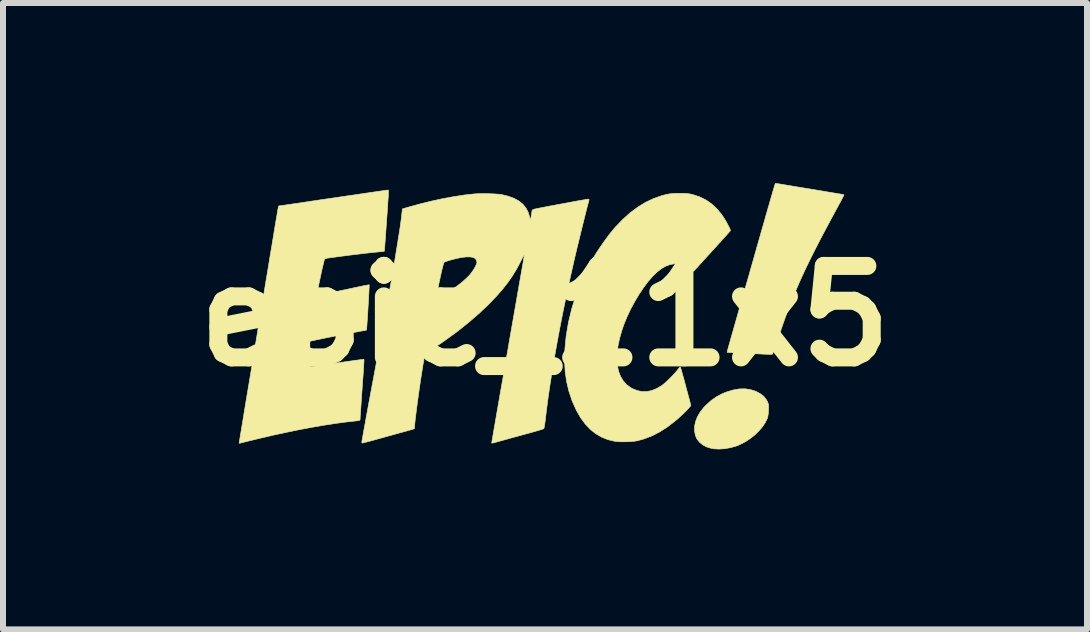
<source format=kicad_pcb>
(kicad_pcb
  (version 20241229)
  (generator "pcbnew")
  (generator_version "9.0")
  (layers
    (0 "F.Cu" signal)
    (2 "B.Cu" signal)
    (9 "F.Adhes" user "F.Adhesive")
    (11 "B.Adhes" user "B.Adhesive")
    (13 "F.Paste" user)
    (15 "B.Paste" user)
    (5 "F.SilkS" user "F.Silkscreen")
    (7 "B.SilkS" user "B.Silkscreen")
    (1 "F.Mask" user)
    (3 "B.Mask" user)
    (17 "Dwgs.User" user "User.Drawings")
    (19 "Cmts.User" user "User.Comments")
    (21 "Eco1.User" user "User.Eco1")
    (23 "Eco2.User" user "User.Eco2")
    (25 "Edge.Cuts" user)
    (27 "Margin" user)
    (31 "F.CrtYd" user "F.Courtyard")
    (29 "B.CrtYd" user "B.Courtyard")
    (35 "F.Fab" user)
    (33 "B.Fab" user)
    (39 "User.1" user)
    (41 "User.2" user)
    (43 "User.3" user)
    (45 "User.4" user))
  (footprint "epic_11x5"
    (layer "F.Cu")
    (at 6.031 2.215)
    (property "Reference" "epic_11x5" (at 0 0 0) (layer "F.SilkS") (effects (font (size 1.524 1.524) (thickness 0.3))))
    (attr through_hole)
    (fp_poly (pts (xy 3.421 1.226) (xy 3.507 1.253) (xy 3.534 1.266) (xy 3.598 1.302) (xy 3.647 1.342) (xy 3.684 1.388) (xy 3.701 1.418) (xy 3.712 1.443) (xy 3.72 1.462) (xy 3.724 1.481) (xy 3.725 1.505) (xy 3.725 1.538) (xy 3.723 1.568) (xy 3.72 1.623) (xy 3.714 1.665) (xy 3.705 1.7) (xy 3.701 1.712) (xy 3.666 1.782) (xy 3.617 1.853) (xy 3.556 1.923) (xy 3.485 1.99) (xy 3.407 2.05) (xy 3.324 2.103) (xy 3.238 2.146) (xy 3.175 2.171) (xy 3.084 2.195) (xy 2.991 2.211) (xy 2.9 2.217) (xy 2.815 2.213) (xy 2.769 2.205) (xy 2.694 2.182) (xy 2.629 2.148) (xy 2.575 2.104) (xy 2.533 2.052) (xy 2.506 1.993) (xy 2.506 1.993) (xy 2.491 1.916) (xy 2.492 1.836) (xy 2.509 1.756) (xy 2.541 1.675) (xy 2.589 1.595) (xy 2.65 1.518) (xy 2.679 1.488) (xy 2.768 1.408) (xy 2.861 1.343) (xy 2.961 1.291) (xy 3.027 1.265) (xy 3.135 1.233) (xy 3.237 1.215) (xy 3.332 1.213) (xy 3.421 1.226)) (stroke (width 0.01) (type solid)) (fill yes) (layer "F.SilkS"))
    (fp_poly (pts (xy 3.851 -2.208) (xy 3.876 -2.205) (xy 3.913 -2.199) (xy 3.962 -2.191) (xy 4.021 -2.181) (xy 4.089 -2.17) (xy 4.163 -2.157) (xy 4.243 -2.144) (xy 4.325 -2.131) (xy 4.41 -2.117) (xy 4.494 -2.103) (xy 4.577 -2.089) (xy 4.656 -2.076) (xy 4.731 -2.063) (xy 4.799 -2.052) (xy 4.858 -2.042) (xy 4.908 -2.034) (xy 4.946 -2.027) (xy 4.971 -2.023) (xy 4.98 -2.021) (xy 4.98 -2.021) (xy 4.978 -2.014) (xy 4.969 -1.993) (xy 4.953 -1.962) (xy 4.932 -1.922) (xy 4.907 -1.875) (xy 4.884 -1.833) (xy 4.778 -1.637) (xy 4.68 -1.454) (xy 4.589 -1.282) (xy 4.506 -1.121) (xy 4.429 -0.967) (xy 4.357 -0.82) (xy 4.291 -0.679) (xy 4.229 -0.541) (xy 4.171 -0.406) (xy 4.116 -0.272) (xy 4.063 -0.137) (xy 4.012 0.000089) (xy 3.962 0.141) (xy 3.912 0.286) (xy 3.882 0.377) (xy 3.855 0.457) (xy 3.832 0.524) (xy 3.813 0.576) (xy 3.799 0.613) (xy 3.788 0.634) (xy 3.784 0.64) (xy 3.773 0.64) (xy 3.747 0.639) (xy 3.708 0.638) (xy 3.657 0.636) (xy 3.597 0.633) (xy 3.528 0.63) (xy 3.454 0.627) (xy 3.404 0.624) (xy 3.326 0.621) (xy 3.255 0.617) (xy 3.19 0.614) (xy 3.134 0.611) (xy 3.089 0.609) (xy 3.056 0.607) (xy 3.037 0.606) (xy 3.033 0.605) (xy 3.035 0.597) (xy 3.041 0.573) (xy 3.051 0.536) (xy 3.065 0.485) (xy 3.083 0.423) (xy 3.103 0.35) (xy 3.127 0.267) (xy 3.153 0.176) (xy 3.181 0.077) (xy 3.211 -0.028) (xy 3.242 -0.139) (xy 3.26 -0.2) (xy 3.293 -0.314) (xy 3.324 -0.424) (xy 3.354 -0.529) (xy 3.383 -0.628) (xy 3.409 -0.719) (xy 3.432 -0.802) (xy 3.453 -0.875) (xy 3.471 -0.937) (xy 3.485 -0.987) (xy 3.495 -1.023) (xy 3.501 -1.045) (xy 3.503 -1.05) (xy 3.509 -1.072) (xy 3.519 -1.107) (xy 3.532 -1.155) (xy 3.549 -1.213) (xy 3.568 -1.279) (xy 3.589 -1.353) (xy 3.611 -1.432) (xy 3.635 -1.514) (xy 3.659 -1.598) (xy 3.683 -1.683) (xy 3.707 -1.766) (xy 3.73 -1.845) (xy 3.751 -1.92) (xy 3.771 -1.988) (xy 3.788 -2.048) (xy 3.803 -2.098) (xy 3.814 -2.136) (xy 3.821 -2.161) (xy 3.824 -2.17) (xy 3.832 -2.193) (xy 3.84 -2.207) (xy 3.842 -2.21) (xy 3.851 -2.208)) (stroke (width 0.01) (type solid)) (fill yes) (layer "F.SilkS"))
    (fp_poly (pts (xy 2.299 -2.043) (xy 2.341 -2.042) (xy 2.375 -2.039) (xy 2.405 -2.035) (xy 2.435 -2.029) (xy 2.468 -2.021) (xy 2.579 -1.984) (xy 2.68 -1.934) (xy 2.773 -1.87) (xy 2.858 -1.792) (xy 2.936 -1.699) (xy 2.973 -1.646) (xy 2.995 -1.611) (xy 3.018 -1.572) (xy 3.04 -1.532) (xy 3.06 -1.494) (xy 3.076 -1.462) (xy 3.086 -1.437) (xy 3.089 -1.423) (xy 3.089 -1.423) (xy 3.083 -1.415) (xy 3.066 -1.396) (xy 3.041 -1.367) (xy 3.008 -1.33) (xy 2.968 -1.286) (xy 2.923 -1.236) (xy 2.873 -1.182) (xy 2.848 -1.154) (xy 2.794 -1.095) (xy 2.741 -1.036) (xy 2.69 -0.981) (xy 2.644 -0.93) (xy 2.604 -0.886) (xy 2.571 -0.85) (xy 2.548 -0.824) (xy 2.544 -0.819) (xy 2.517 -0.79) (xy 2.495 -0.767) (xy 2.478 -0.751) (xy 2.471 -0.745) (xy 2.462 -0.75) (xy 2.444 -0.763) (xy 2.429 -0.775) (xy 2.361 -0.823) (xy 2.291 -0.854) (xy 2.218 -0.869) (xy 2.155 -0.87) (xy 2.083 -0.857) (xy 2.012 -0.831) (xy 1.94 -0.79) (xy 1.868 -0.733) (xy 1.794 -0.662) (xy 1.717 -0.574) (xy 1.641 -0.473) (xy 1.566 -0.36) (xy 1.494 -0.24) (xy 1.427 -0.115) (xy 1.367 0.012) (xy 1.315 0.139) (xy 1.287 0.219) (xy 1.246 0.358) (xy 1.217 0.489) (xy 1.201 0.612) (xy 1.197 0.725) (xy 1.206 0.83) (xy 1.226 0.924) (xy 1.259 1.008) (xy 1.303 1.081) (xy 1.36 1.144) (xy 1.428 1.194) (xy 1.454 1.209) (xy 1.534 1.242) (xy 1.614 1.259) (xy 1.694 1.259) (xy 1.775 1.243) (xy 1.858 1.21) (xy 1.943 1.16) (xy 1.947 1.157) (xy 1.976 1.135) (xy 2.012 1.104) (xy 2.052 1.066) (xy 2.095 1.024) (xy 2.136 0.982) (xy 2.172 0.942) (xy 2.2 0.909) (xy 2.203 0.905) (xy 2.223 0.879) (xy 2.24 0.859) (xy 2.251 0.848) (xy 2.252 0.847) (xy 2.256 0.855) (xy 2.264 0.879) (xy 2.276 0.92) (xy 2.292 0.978) (xy 2.313 1.051) (xy 2.337 1.141) (xy 2.365 1.247) (xy 2.398 1.369) (xy 2.402 1.383) (xy 2.43 1.492) (xy 2.397 1.532) (xy 2.362 1.57) (xy 2.317 1.615) (xy 2.264 1.665) (xy 2.205 1.718) (xy 2.158 1.757) (xy 2.033 1.853) (xy 1.905 1.934) (xy 1.776 1.999) (xy 1.646 2.049) (xy 1.537 2.079) (xy 1.491 2.086) (xy 1.433 2.092) (xy 1.369 2.095) (xy 1.304 2.096) (xy 1.242 2.095) (xy 1.189 2.091) (xy 1.164 2.088) (xy 1.05 2.061) (xy 0.944 2.019) (xy 0.846 1.962) (xy 0.755 1.89) (xy 0.672 1.803) (xy 0.597 1.701) (xy 0.529 1.584) (xy 0.52 1.567) (xy 0.451 1.413) (xy 0.398 1.254) (xy 0.359 1.091) (xy 0.335 0.921) (xy 0.326 0.744) (xy 0.33 0.565) (xy 0.352 0.335) (xy 0.391 0.104) (xy 0.446 -0.124) (xy 0.516 -0.349) (xy 0.601 -0.568) (xy 0.7 -0.781) (xy 0.75 -0.875) (xy 0.804 -0.967) (xy 0.864 -1.065) (xy 0.93 -1.163) (xy 0.997 -1.259) (xy 1.064 -1.35) (xy 1.129 -1.43) (xy 1.169 -1.477) (xy 1.293 -1.607) (xy 1.419 -1.72) (xy 1.548 -1.816) (xy 1.679 -1.896) (xy 1.814 -1.959) (xy 1.952 -2.007) (xy 2.019 -2.024) (xy 2.058 -2.032) (xy 2.094 -2.037) (xy 2.134 -2.041) (xy 2.18 -2.043) (xy 2.239 -2.043) (xy 2.244 -2.043) (xy 2.299 -2.043)) (stroke (width 0.01) (type solid)) (fill yes) (layer "F.SilkS"))
    (fp_poly (pts (xy -2.61 -2.092) (xy -2.609 -2.07) (xy -2.61 -2.038) (xy -2.611 -2.004) (xy -2.614 -1.959) (xy -2.618 -1.903) (xy -2.622 -1.84) (xy -2.627 -1.769) (xy -2.632 -1.694) (xy -2.638 -1.616) (xy -2.643 -1.537) (xy -2.649 -1.459) (xy -2.654 -1.384) (xy -2.659 -1.312) (xy -2.664 -1.247) (xy -2.668 -1.191) (xy -2.672 -1.143) (xy -2.675 -1.108) (xy -2.677 -1.086) (xy -2.677 -1.079) (xy -2.686 -1.078) (xy -2.709 -1.075) (xy -2.743 -1.071) (xy -2.786 -1.067) (xy -2.828 -1.063) (xy -2.876 -1.058) (xy -2.933 -1.052) (xy -2.997 -1.045) (xy -3.068 -1.036) (xy -3.142 -1.027) (xy -3.217 -1.018) (xy -3.293 -1.009) (xy -3.367 -0.999) (xy -3.437 -0.99) (xy -3.501 -0.981) (xy -3.558 -0.974) (xy -3.605 -0.967) (xy -3.64 -0.961) (xy -3.663 -0.957) (xy -3.67 -0.955) (xy -3.674 -0.944) (xy -3.682 -0.918) (xy -3.691 -0.881) (xy -3.702 -0.834) (xy -3.715 -0.78) (xy -3.728 -0.721) (xy -3.741 -0.66) (xy -3.754 -0.598) (xy -3.767 -0.538) (xy -3.778 -0.482) (xy -3.787 -0.433) (xy -3.795 -0.392) (xy -3.799 -0.362) (xy -3.801 -0.346) (xy -3.8 -0.343) (xy -3.791 -0.344) (xy -3.768 -0.347) (xy -3.732 -0.354) (xy -3.686 -0.363) (xy -3.631 -0.374) (xy -3.571 -0.387) (xy -3.555 -0.39) (xy -3.481 -0.406) (xy -3.399 -0.424) (xy -3.316 -0.441) (xy -3.237 -0.458) (xy -3.166 -0.474) (xy -3.124 -0.482) (xy -3.07 -0.494) (xy -3.021 -0.504) (xy -2.981 -0.512) (xy -2.95 -0.517) (xy -2.933 -0.52) (xy -2.93 -0.52) (xy -2.93 -0.511) (xy -2.93 -0.487) (xy -2.932 -0.451) (xy -2.934 -0.404) (xy -2.937 -0.349) (xy -2.94 -0.287) (xy -2.944 -0.221) (xy -2.948 -0.153) (xy -2.952 -0.085) (xy -2.956 -0.019) (xy -2.96 0.043) (xy -2.964 0.099) (xy -2.967 0.146) (xy -2.969 0.175) (xy -2.974 0.235) (xy -3.098 0.258) (xy -3.206 0.279) (xy -3.313 0.299) (xy -3.415 0.318) (xy -3.512 0.337) (xy -3.604 0.355) (xy -3.687 0.372) (xy -3.762 0.388) (xy -3.826 0.401) (xy -3.879 0.413) (xy -3.92 0.422) (xy -3.946 0.429) (xy -3.958 0.433) (xy -3.958 0.433) (xy -3.96 0.443) (xy -3.965 0.466) (xy -3.972 0.5) (xy -3.98 0.543) (xy -3.989 0.591) (xy -3.998 0.643) (xy -4.007 0.694) (xy -4.015 0.744) (xy -4.023 0.788) (xy -4.029 0.824) (xy -4.033 0.849) (xy -4.034 0.862) (xy -4.034 0.862) (xy -4.025 0.862) (xy -4.002 0.859) (xy -3.965 0.855) (xy -3.918 0.848) (xy -3.863 0.841) (xy -3.801 0.832) (xy -3.77 0.827) (xy -3.644 0.808) (xy -3.527 0.791) (xy -3.419 0.776) (xy -3.323 0.762) (xy -3.239 0.75) (xy -3.166 0.74) (xy -3.107 0.732) (xy -3.062 0.726) (xy -3.032 0.723) (xy -3.018 0.722) (xy -3.017 0.723) (xy -3.016 0.732) (xy -3.017 0.755) (xy -3.019 0.792) (xy -3.022 0.839) (xy -3.025 0.894) (xy -3.029 0.955) (xy -3.03 0.971) (xy -3.04 1.1) (xy -3.048 1.219) (xy -3.056 1.328) (xy -3.062 1.425) (xy -3.068 1.51) (xy -3.073 1.582) (xy -3.077 1.64) (xy -3.08 1.684) (xy -3.081 1.712) (xy -3.082 1.724) (xy -3.083 1.732) (xy -3.088 1.737) (xy -3.101 1.741) (xy -3.122 1.745) (xy -3.157 1.749) (xy -3.186 1.752) (xy -3.345 1.77) (xy -3.518 1.794) (xy -3.704 1.823) (xy -3.9 1.857) (xy -4.105 1.896) (xy -4.318 1.94) (xy -4.536 1.987) (xy -4.757 2.039) (xy -4.796 2.048) (xy -4.86 2.064) (xy -4.919 2.078) (xy -4.971 2.091) (xy -5.015 2.102) (xy -5.048 2.11) (xy -5.067 2.115) (xy -5.069 2.116) (xy -5.088 2.12) (xy -5.097 2.12) (xy -5.097 2.12) (xy -5.096 2.111) (xy -5.092 2.087) (xy -5.085 2.048) (xy -5.077 1.996) (xy -5.066 1.931) (xy -5.054 1.856) (xy -5.039 1.77) (xy -5.024 1.675) (xy -5.007 1.573) (xy -4.989 1.463) (xy -4.97 1.348) (xy -4.953 1.246) (xy -4.931 1.116) (xy -4.907 0.972) (xy -4.881 0.816) (xy -4.854 0.65) (xy -4.825 0.478) (xy -4.796 0.302) (xy -4.767 0.124) (xy -4.737 -0.054) (xy -4.708 -0.228) (xy -4.68 -0.397) (xy -4.654 -0.557) (xy -4.635 -0.669) (xy -4.613 -0.801) (xy -4.592 -0.929) (xy -4.572 -1.052) (xy -4.552 -1.169) (xy -4.534 -1.279) (xy -4.517 -1.381) (xy -4.502 -1.474) (xy -4.488 -1.556) (xy -4.476 -1.627) (xy -4.466 -1.685) (xy -4.459 -1.73) (xy -4.454 -1.76) (xy -4.451 -1.774) (xy -4.44 -1.833) (xy -4.254 -1.859) (xy -4.191 -1.869) (xy -4.124 -1.878) (xy -4.058 -1.888) (xy -4 -1.897) (xy -3.953 -1.904) (xy -3.95 -1.904) (xy -3.914 -1.91) (xy -3.867 -1.917) (xy -3.809 -1.925) (xy -3.739 -1.936) (xy -3.656 -1.948) (xy -3.559 -1.962) (xy -3.449 -1.978) (xy -3.323 -1.997) (xy -3.183 -2.017) (xy -3.028 -2.04) (xy -2.879 -2.062) (xy -2.814 -2.071) (xy -2.755 -2.08) (xy -2.704 -2.087) (xy -2.662 -2.093) (xy -2.632 -2.097) (xy -2.615 -2.099) (xy -2.613 -2.1) (xy -2.61 -2.092)) (stroke (width 0.01) (type solid)) (fill yes) (layer "F.SilkS"))
    (fp_poly (pts (xy -0.918 -2.037) (xy -0.848 -2.034) (xy -0.785 -2.03) (xy -0.733 -2.024) (xy -0.715 -2.021) (xy -0.607 -1.994) (xy -0.513 -1.959) (xy -0.434 -1.915) (xy -0.369 -1.862) (xy -0.318 -1.8) (xy -0.281 -1.729) (xy -0.261 -1.662) (xy -0.255 -1.634) (xy -0.249 -1.615) (xy -0.245 -1.609) (xy -0.241 -1.616) (xy -0.236 -1.637) (xy -0.23 -1.666) (xy -0.229 -1.674) (xy -0.224 -1.708) (xy -0.219 -1.737) (xy -0.215 -1.756) (xy -0.215 -1.758) (xy -0.212 -1.765) (xy -0.205 -1.771) (xy -0.192 -1.776) (xy -0.171 -1.782) (xy -0.139 -1.789) (xy -0.095 -1.798) (xy -0.052 -1.806) (xy 0.066 -1.829) (xy 0.179 -1.85) (xy 0.283 -1.869) (xy 0.379 -1.887) (xy 0.465 -1.903) (xy 0.541 -1.917) (xy 0.604 -1.928) (xy 0.655 -1.937) (xy 0.692 -1.943) (xy 0.714 -1.947) (xy 0.719 -1.947) (xy 0.733 -1.944) (xy 0.733 -1.933) (xy 0.725 -1.904) (xy 0.714 -1.861) (xy 0.699 -1.805) (xy 0.682 -1.738) (xy 0.663 -1.662) (xy 0.642 -1.578) (xy 0.62 -1.489) (xy 0.597 -1.396) (xy 0.574 -1.301) (xy 0.551 -1.206) (xy 0.528 -1.113) (xy 0.507 -1.023) (xy 0.5 -0.995) (xy 0.445 -0.752) (xy 0.39 -0.506) (xy 0.338 -0.257) (xy 0.287 -0.009) (xy 0.239 0.238) (xy 0.194 0.481) (xy 0.152 0.718) (xy 0.114 0.948) (xy 0.079 1.169) (xy 0.049 1.378) (xy 0.023 1.575) (xy 0.008 1.702) (xy 0.002 1.753) (xy -0.005 1.799) (xy -0.011 1.837) (xy -0.016 1.863) (xy -0.02 1.876) (xy -0.02 1.876) (xy -0.031 1.881) (xy -0.055 1.89) (xy -0.091 1.901) (xy -0.135 1.914) (xy -0.184 1.928) (xy -0.191 1.93) (xy -0.256 1.948) (xy -0.329 1.968) (xy -0.406 1.989) (xy -0.485 2.011) (xy -0.563 2.032) (xy -0.636 2.053) (xy -0.703 2.071) (xy -0.76 2.087) (xy -0.805 2.099) (xy -0.819 2.104) (xy -0.851 2.112) (xy -0.875 2.117) (xy -0.888 2.118) (xy -0.889 2.118) (xy -0.887 2.108) (xy -0.883 2.081) (xy -0.876 2.039) (xy -0.866 1.982) (xy -0.854 1.911) (xy -0.839 1.825) (xy -0.822 1.726) (xy -0.803 1.614) (xy -0.781 1.49) (xy -0.767 1.41) (xy -0.747 1.293) (xy -0.727 1.178) (xy -0.706 1.062) (xy -0.686 0.945) (xy -0.665 0.824) (xy -0.643 0.697) (xy -0.619 0.563) (xy -0.595 0.42) (xy -0.568 0.267) (xy -0.539 0.102) (xy -0.508 -0.077) (xy -0.486 -0.203) (xy -0.471 -0.289) (xy -0.455 -0.382) (xy -0.438 -0.478) (xy -0.422 -0.571) (xy -0.406 -0.659) (xy -0.392 -0.738) (xy -0.385 -0.779) (xy -0.374 -0.842) (xy -0.364 -0.899) (xy -0.356 -0.948) (xy -0.349 -0.988) (xy -0.345 -1.016) (xy -0.343 -1.03) (xy -0.343 -1.031) (xy -0.347 -1.024) (xy -0.357 -1.005) (xy -0.373 -0.976) (xy -0.392 -0.938) (xy -0.409 -0.904) (xy -0.472 -0.785) (xy -0.541 -0.671) (xy -0.619 -0.559) (xy -0.706 -0.448) (xy -0.805 -0.335) (xy -0.917 -0.217) (xy -0.939 -0.194) (xy -1.1 -0.042) (xy -1.275 0.109) (xy -1.465 0.26) (xy -1.672 0.411) (xy -1.828 0.518) (xy -1.875 0.55) (xy -1.917 0.578) (xy -1.952 0.601) (xy -1.979 0.619) (xy -1.994 0.63) (xy -1.997 0.632) (xy -2.001 0.643) (xy -2.007 0.668) (xy -2.015 0.708) (xy -2.024 0.759) (xy -2.035 0.821) (xy -2.046 0.891) (xy -2.058 0.968) (xy -2.071 1.051) (xy -2.084 1.138) (xy -2.097 1.227) (xy -2.109 1.316) (xy -2.122 1.405) (xy -2.133 1.491) (xy -2.144 1.573) (xy -2.153 1.648) (xy -2.162 1.717) (xy -2.168 1.776) (xy -2.178 1.879) (xy -2.205 1.887) (xy -2.22 1.892) (xy -2.249 1.9) (xy -2.289 1.911) (xy -2.338 1.925) (xy -2.393 1.94) (xy -2.434 1.951) (xy -2.495 1.968) (xy -2.555 1.985) (xy -2.61 2) (xy -2.658 2.013) (xy -2.695 2.024) (xy -2.709 2.028) (xy -2.772 2.045) (xy -2.833 2.062) (xy -2.891 2.078) (xy -2.942 2.092) (xy -2.986 2.103) (xy -3.019 2.111) (xy -3.039 2.116) (xy -3.044 2.117) (xy -3.052 2.111) (xy -3.052 2.093) (xy -3.044 2.05) (xy -3.034 1.992) (xy -3.022 1.922) (xy -3.007 1.842) (xy -2.991 1.755) (xy -2.975 1.663) (xy -2.957 1.568) (xy -2.94 1.473) (xy -2.922 1.379) (xy -2.906 1.29) (xy -2.89 1.207) (xy -2.883 1.168) (xy -2.854 1.015) (xy -2.828 0.873) (xy -2.803 0.739) (xy -2.779 0.611) (xy -2.756 0.487) (xy -2.733 0.363) (xy -2.71 0.238) (xy -2.687 0.108) (xy -2.662 -0.028) (xy -2.636 -0.174) (xy -2.613 -0.299) (xy -1.81 -0.299) (xy -1.809 -0.296) (xy -1.798 -0.3) (xy -1.775 -0.311) (xy -1.745 -0.326) (xy -1.721 -0.338) (xy -1.634 -0.388) (xy -1.548 -0.442) (xy -1.465 -0.5) (xy -1.388 -0.559) (xy -1.321 -0.618) (xy -1.265 -0.673) (xy -1.237 -0.706) (xy -1.209 -0.744) (xy -1.183 -0.784) (xy -1.161 -0.824) (xy -1.144 -0.859) (xy -1.135 -0.885) (xy -1.135 -0.893) (xy -1.142 -0.93) (xy -1.163 -0.958) (xy -1.198 -0.976) (xy -1.248 -0.985) (xy -1.311 -0.985) (xy -1.389 -0.976) (xy -1.48 -0.957) (xy -1.566 -0.935) (xy -1.607 -0.923) (xy -1.642 -0.911) (xy -1.668 -0.902) (xy -1.681 -0.895) (xy -1.682 -0.895) (xy -1.687 -0.883) (xy -1.695 -0.857) (xy -1.705 -0.82) (xy -1.717 -0.774) (xy -1.729 -0.721) (xy -1.742 -0.663) (xy -1.755 -0.603) (xy -1.768 -0.542) (xy -1.78 -0.484) (xy -1.791 -0.43) (xy -1.799 -0.382) (xy -1.806 -0.342) (xy -1.809 -0.314) (xy -1.81 -0.299) (xy -2.613 -0.299) (xy -2.607 -0.332) (xy -2.582 -0.47) (xy -2.565 -0.565) (xy -2.548 -0.666) (xy -2.53 -0.772) (xy -2.511 -0.88) (xy -2.493 -0.988) (xy -2.476 -1.094) (xy -2.459 -1.197) (xy -2.444 -1.294) (xy -2.429 -1.384) (xy -2.417 -1.464) (xy -2.407 -1.534) (xy -2.399 -1.59) (xy -2.395 -1.625) (xy -2.376 -1.785) (xy -2.286 -1.811) (xy -2.091 -1.865) (xy -1.896 -1.913) (xy -1.705 -1.955) (xy -1.519 -1.989) (xy -1.343 -2.016) (xy -1.191 -2.033) (xy -1.132 -2.037) (xy -1.064 -2.039) (xy -0.992 -2.039) (xy -0.918 -2.037)) (stroke (width 0.01) (type solid)) (fill yes) (layer "F.SilkS")))
  (gr_rect
    (start -3 -3)
    (end 15.061 7.437)
    (stroke (width 0.1) (type default))
    (fill no)
    (layer "Edge.Cuts")))
</source>
